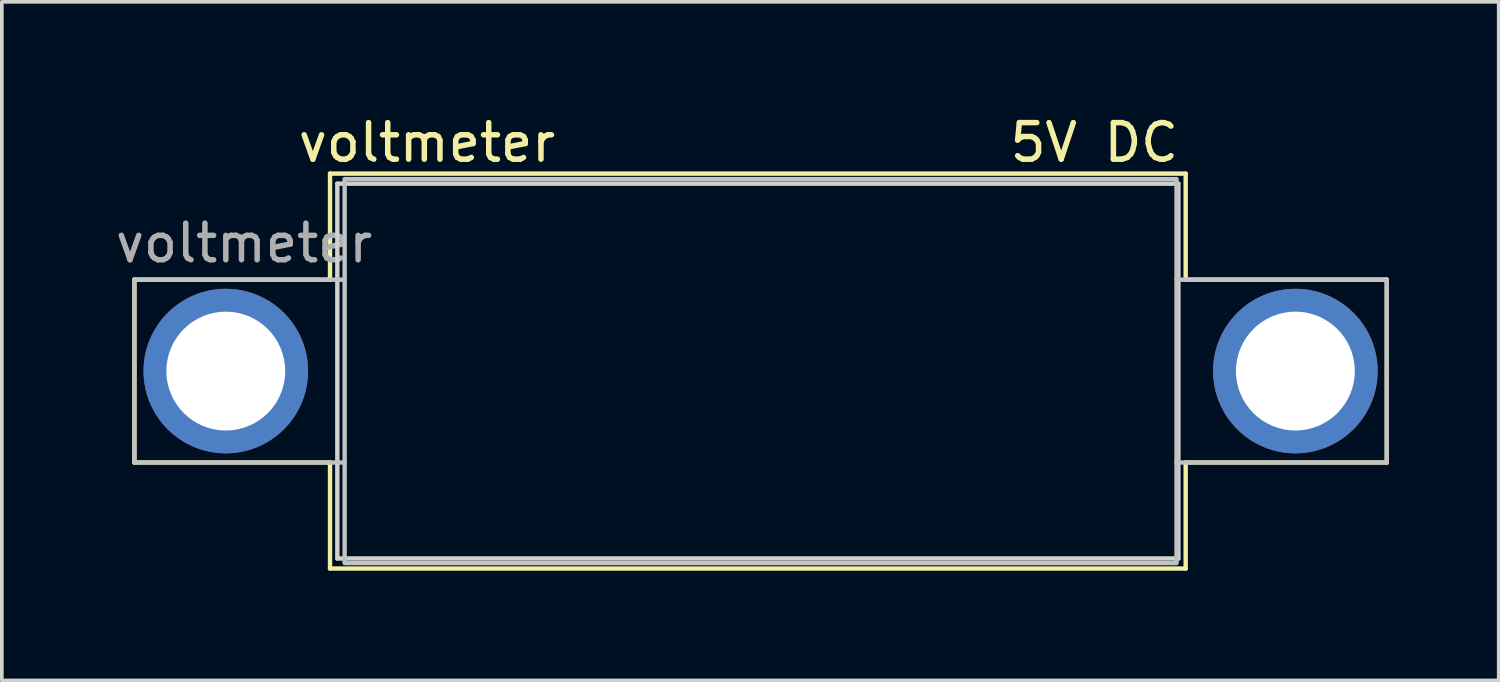
<source format=kicad_pcb>
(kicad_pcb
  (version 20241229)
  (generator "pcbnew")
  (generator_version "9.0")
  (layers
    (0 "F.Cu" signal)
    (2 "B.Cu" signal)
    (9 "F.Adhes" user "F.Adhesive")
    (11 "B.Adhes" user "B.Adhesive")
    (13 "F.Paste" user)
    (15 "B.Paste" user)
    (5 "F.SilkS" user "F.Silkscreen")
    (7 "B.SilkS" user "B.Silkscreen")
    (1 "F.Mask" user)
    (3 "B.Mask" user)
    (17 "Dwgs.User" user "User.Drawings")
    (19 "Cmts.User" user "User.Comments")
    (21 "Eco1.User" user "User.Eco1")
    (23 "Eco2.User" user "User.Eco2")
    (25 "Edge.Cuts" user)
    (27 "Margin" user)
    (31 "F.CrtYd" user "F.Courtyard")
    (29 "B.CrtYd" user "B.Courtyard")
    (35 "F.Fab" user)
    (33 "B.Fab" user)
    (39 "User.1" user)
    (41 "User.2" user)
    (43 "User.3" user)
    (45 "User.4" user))
  (footprint "voltmeter"
    (layer "F.Cu")
    (at 6.375 7.098)
    (property "Reference" "voltmeter" (at 2.25 -6.25 0) (unlocked yes) (layer "F.SilkS") (effects (font (size 1 1) (thickness 0.15))))
    (fp_line (start -5.75 -2.5) (end -0.4 -2.5) (stroke (width 0.12) (type solid)) (layer "F.SilkS"))
    (fp_line (start -5.75 2.5) (end -5.75 -2.5) (stroke (width 0.12) (type solid)) (layer "F.SilkS"))
    (fp_line (start -0.4 -5.4) (end 23 -5.4) (stroke (width 0.12) (type solid)) (layer "F.SilkS"))
    (fp_line (start -0.4 -2.5) (end -0.4 -5.4) (stroke (width 0.12) (type solid)) (layer "F.SilkS"))
    (fp_line (start -0.4 2.5) (end -5.75 2.5) (stroke (width 0.12) (type solid)) (layer "F.SilkS"))
    (fp_line (start -0.4 5.4) (end -0.4 2.5) (stroke (width 0.12) (type solid)) (layer "F.SilkS"))
    (fp_line (start 23 -5.4) (end 23 -2.5) (stroke (width 0.12) (type solid)) (layer "F.SilkS"))
    (fp_line (start 23 -2.5) (end 28.5 -2.5) (stroke (width 0.12) (type solid)) (layer "F.SilkS"))
    (fp_line (start 23 2.5) (end 23 5.4) (stroke (width 0.12) (type solid)) (layer "F.SilkS"))
    (fp_line (start 23 5.4) (end -0.4 5.4) (stroke (width 0.12) (type solid)) (layer "F.SilkS"))
    (fp_line (start 28.5 -2.5) (end 28.5 2.5) (stroke (width 0.12) (type solid)) (layer "F.SilkS"))
    (fp_line (start 28.5 2.5) (end 23 2.5) (stroke (width 0.12) (type solid)) (layer "F.SilkS"))
    (fp_line (start -5.75 -2.5) (end 0 -2.5) (stroke (width 0.12) (type solid)) (layer "Dwgs.User"))
    (fp_line (start -5.75 0) (end -5.75 -2.5) (stroke (width 0.12) (type solid)) (layer "Dwgs.User"))
    (fp_line (start -5.75 0) (end -5.75 2.5) (stroke (width 0.12) (type solid)) (layer "Dwgs.User"))
    (fp_line (start -5.75 2.5) (end 0 2.5) (stroke (width 0.12) (type solid)) (layer "Dwgs.User"))
    (fp_line (start 28.5 -2.5) (end 22.75 -2.5) (stroke (width 0.12) (type solid)) (layer "Dwgs.User"))
    (fp_line (start 28.5 0) (end 28.5 -2.5) (stroke (width 0.12) (type solid)) (layer "Dwgs.User"))
    (fp_line (start 28.5 0) (end 28.5 2.5) (stroke (width 0.12) (type solid)) (layer "Dwgs.User"))
    (fp_line (start 28.5 2.5) (end 22.75 2.5) (stroke (width 0.12) (type solid)) (layer "Dwgs.User"))
    (fp_rect (start 0 5.25) (end 22.75 -5.25) (stroke (width 0.12) (type solid)) (fill no) (layer "Dwgs.User"))
    (fp_line (start -0.2 -5.125) (end 22.8 -5.125) (stroke (width 0.12) (type solid)) (layer "Edge.Cuts"))
    (fp_line (start -0.2 5.125) (end -0.2 -5.125) (stroke (width 0.12) (type solid)) (layer "Edge.Cuts"))
    (fp_line (start 22.8 -5.125) (end 22.8 5.125) (stroke (width 0.12) (type solid)) (layer "Edge.Cuts"))
    (fp_line (start 22.8 5.125) (end -0.2 5.125) (stroke (width 0.12) (type solid)) (layer "Edge.Cuts"))
    (fp_text user "5V DC" (at 20.5 -6.25 0) (unlocked yes) (layer "F.SilkS") (effects (font (size 1 1) (thickness 0.15))))
    (fp_text user "${REFERENCE}" (at -2.75 -3.5 0) (unlocked yes) (layer "F.Fab") (effects (font (size 1 1) (thickness 0.15))))
    (pad "" np_thru_hole circle (at -3.25 0) (size 4.5 4.5) (drill 3.25) (layers "*.Cu" "*.Mask"))
    (pad "" np_thru_hole circle (at 26 0) (size 4.5 4.5) (drill 3.25) (layers "*.Cu" "*.Mask")))
  (gr_rect
    (start -3 -3)
    (end 37.935 15.558)
    (stroke (width 0.1) (type default))
    (fill no)
    (layer "Edge.Cuts")))
</source>
